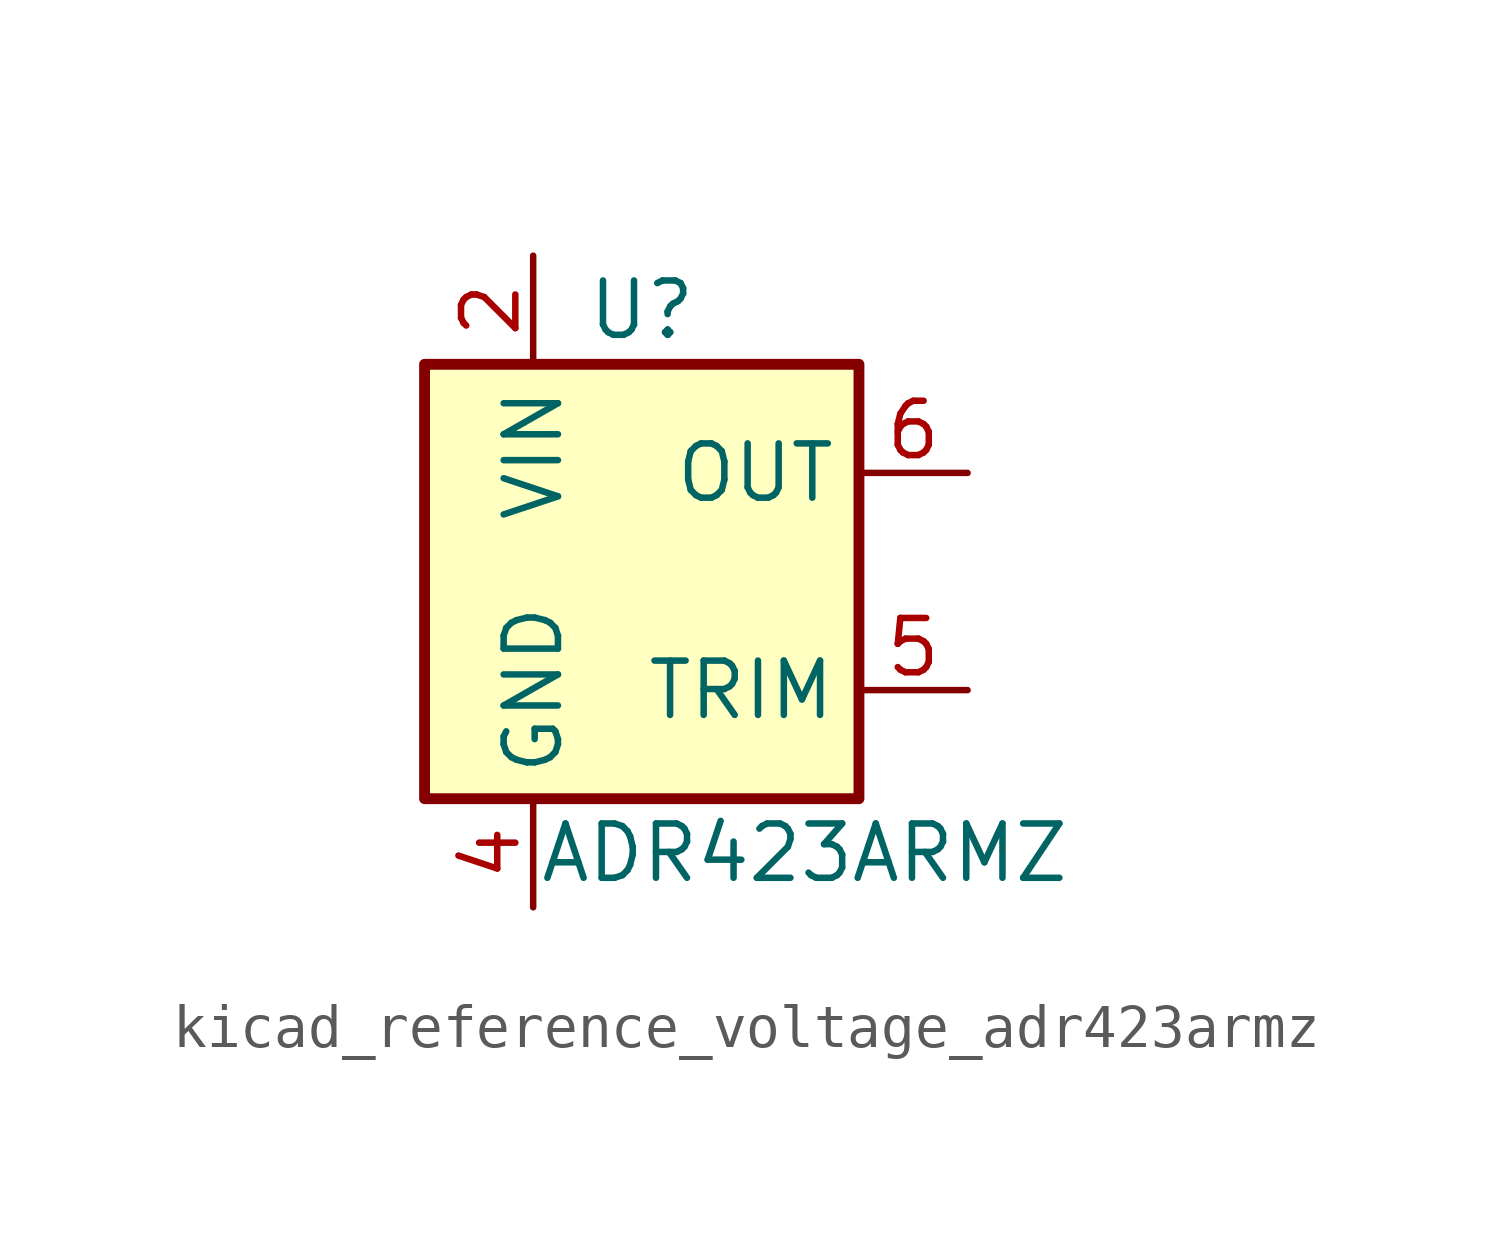
<source format=kicad_sym>
(kicad_symbol_lib
  (version 20220914)
  (generator kicad_symbol_editor)
  (symbol "kicad_reference_voltage_adr423armz"
    (property "Reference" "U"
      (at 0 6.35 0)
      (effects (font (size 1.27 1.27))))
    (property "Value" "ADR423ARMZ"
      (at 3.81 -6.35 0)
      (effects (font (size 1.27 1.27))))
    (symbol "kicad_reference_voltage_adr423armz_0_1"
      (rectangle (start 5.08 -5.08) (end -5.08 5.08) (stroke (width 0.254) (type default)) (fill (type background)))
      (pin no_connect line (at -5.08 0 0) (length 2.54) hide (name "TP" (effects (font (size 1.27 1.27)))) (number "1" (effects (font (size 1.27 1.27)))))
      (pin power_in line (at -2.54 7.62 270) (length 2.54) (name "VIN" (effects (font (size 1.27 1.27)))) (number "2" (effects (font (size 1.27 1.27)))))
      (pin no_connect line (at 5.08 0 180) (length 2.54) hide (name "NC" (effects (font (size 1.27 1.27)))) (number "3" (effects (font (size 1.27 1.27)))))
      (pin power_in line (at -2.54 -7.62 90) (length 2.54) (name "GND" (effects (font (size 1.27 1.27)))) (number "4" (effects (font (size 1.27 1.27)))))
      (pin passive line (at 7.62 -2.54 180) (length 2.54) (name "TRIM" (effects (font (size 1.27 1.27)))) (number "5" (effects (font (size 1.27 1.27)))))
      (pin output line (at 7.62 2.54 180) (length 2.54) (name "OUT" (effects (font (size 1.27 1.27)))) (number "6" (effects (font (size 1.27 1.27)))))
      (pin no_connect line (at -5.08 2.54 0) (length 2.54) hide (name "NC" (effects (font (size 1.27 1.27)))) (number "7" (effects (font (size 1.27 1.27)))))
      (pin no_connect line (at -5.08 -2.54 0) (length 2.54) hide (name "TP" (effects (font (size 1.27 1.27)))) (number "8" (effects (font (size 1.27 1.27))))))))
</source>
